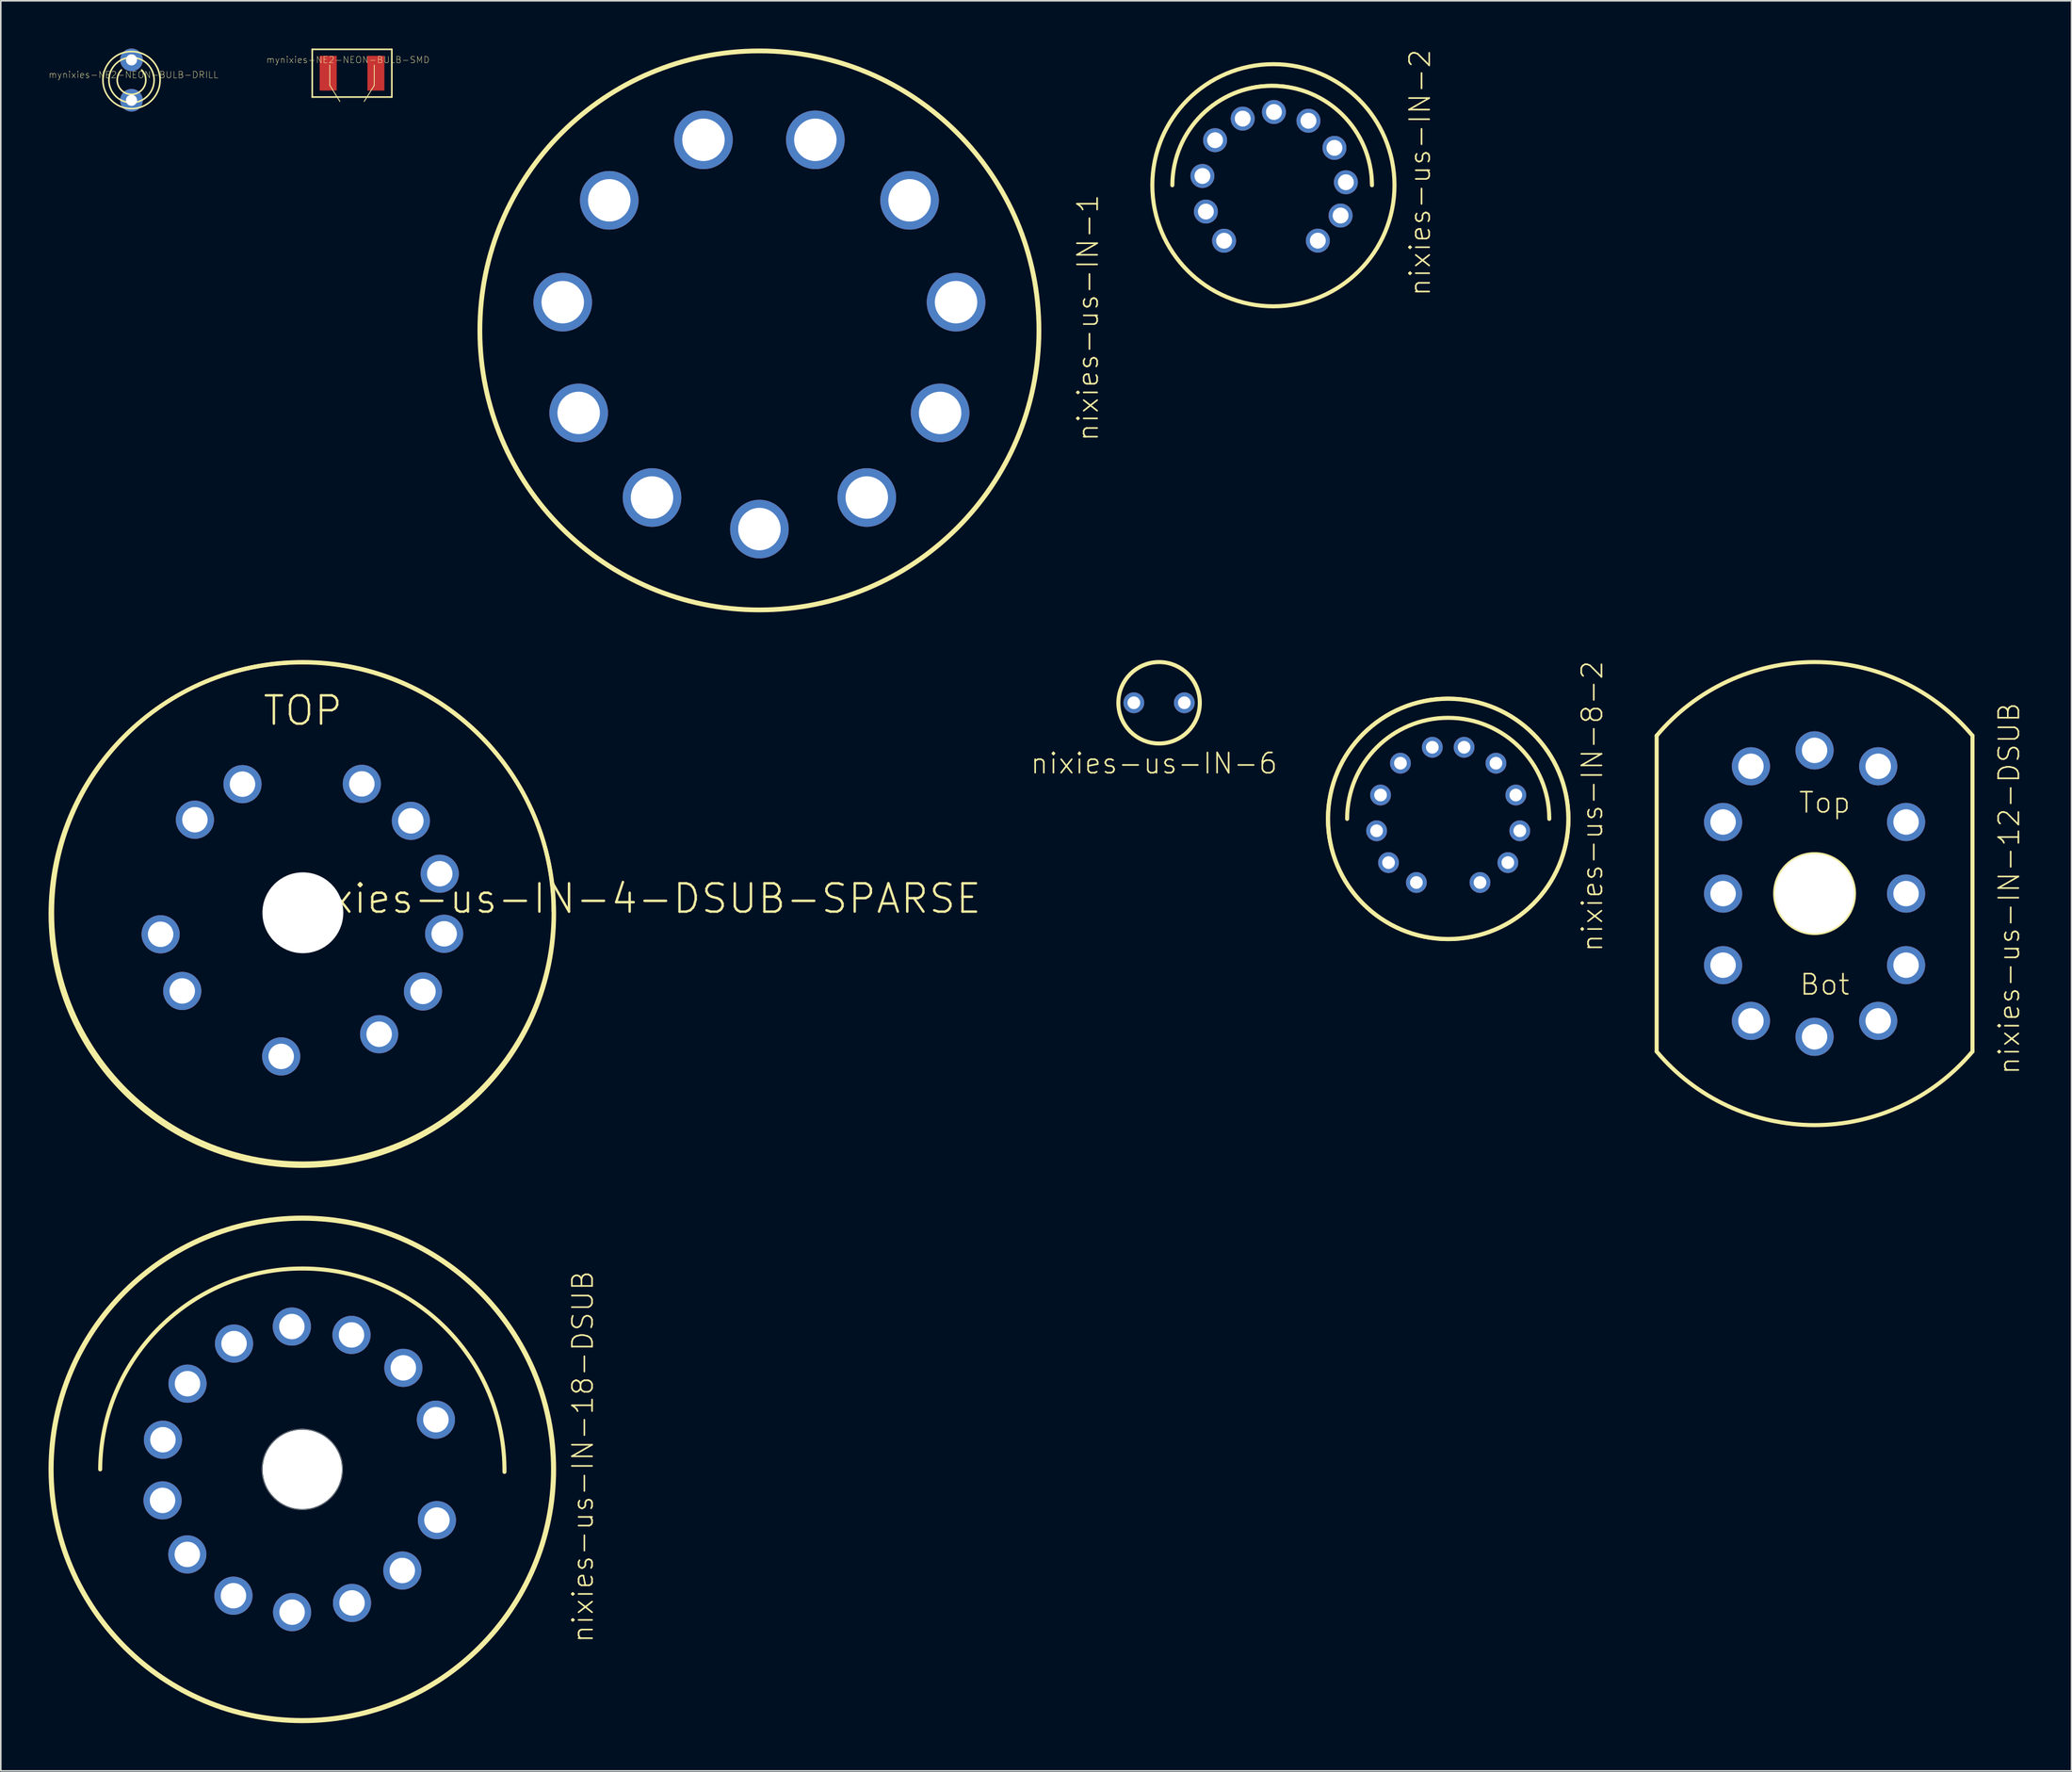
<source format=kicad_pcb>
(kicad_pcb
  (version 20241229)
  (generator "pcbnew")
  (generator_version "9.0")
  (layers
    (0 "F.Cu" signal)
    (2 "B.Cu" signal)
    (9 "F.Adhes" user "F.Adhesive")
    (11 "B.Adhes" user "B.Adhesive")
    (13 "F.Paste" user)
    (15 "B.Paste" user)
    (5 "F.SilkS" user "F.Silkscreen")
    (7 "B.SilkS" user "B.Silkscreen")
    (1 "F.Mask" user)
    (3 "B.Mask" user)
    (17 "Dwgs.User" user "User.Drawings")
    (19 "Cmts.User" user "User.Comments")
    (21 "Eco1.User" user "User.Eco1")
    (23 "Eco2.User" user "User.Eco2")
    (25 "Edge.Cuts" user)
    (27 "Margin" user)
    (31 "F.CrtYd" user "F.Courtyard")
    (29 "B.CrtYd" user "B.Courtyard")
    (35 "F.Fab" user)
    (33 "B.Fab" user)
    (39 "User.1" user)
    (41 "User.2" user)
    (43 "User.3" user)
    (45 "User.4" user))
  (footprint "nixies-us-IN-12-DSUB"
    (layer "F.Cu")
    (at 110.952 53.097)
    (property "Reference" "nixies-us-IN-12-DSUB" (at 12.222 -0.318 90) (layer "F.SilkS") (effects (font (size 1.27 1.27) (thickness 0.102))))
    (attr exclude_from_pos_files exclude_from_bom)
    (fp_line (start -9.921 9.921) (end -9.921 -9.921) (stroke (width 0.254) (type solid)) (layer "F.SilkS"))
    (fp_line (start 9.921 -9.921) (end 9.921 9.921) (stroke (width 0.254) (type solid)) (layer "F.SilkS"))
    (fp_arc (start -9.92124 -9.92124) (mid 0.000928 -14.547158) (end 9.922433 -9.919819) (stroke (width 0.254) (type solid)) (layer "F.SilkS"))
    (fp_arc (start 9.92124 9.92124) (mid -0.000928 14.547158) (end -9.922433 9.919819) (stroke (width 0.254) (type solid)) (layer "F.SilkS"))
    (fp_circle (center 0 0) (end 0 -2.54) (stroke (width 0.127) (type solid)) (fill no) (layer "F.SilkS"))
    (fp_text user "Top" (at 0.635 -5.715 0) (layer "F.SilkS") (effects (font (size 1.27 1.27) (thickness 0.102))))
    (fp_text user "Bot" (at 0.635 5.715 0) (layer "F.SilkS") (effects (font (size 1.27 1.27) (thickness 0.102))))
    (pad "" np_thru_hole circle (at 0 0) (size 4.999 4.999) (drill 4.999) (layers "*.Cu" "*.Mask"))
    (pad "0" thru_hole circle (at 5.748 4.498) (size 2.398 2.398) (drill 1.598) (layers "*.Cu" "*.Mask"))
    (pad "1" thru_hole circle (at -3.998 7.998) (size 2.398 2.398) (drill 1.598) (layers "*.Cu" "*.Mask"))
    (pad "2" thru_hole circle (at -5.748 4.498) (size 2.398 2.398) (drill 1.598) (layers "*.Cu" "*.Mask"))
    (pad "3" thru_hole circle (at -5.748 0) (size 2.398 2.398) (drill 1.598) (layers "*.Cu" "*.Mask"))
    (pad "4" thru_hole circle (at -5.748 -4.498) (size 2.398 2.398) (drill 1.598) (layers "*.Cu" "*.Mask"))
    (pad "5" thru_hole circle (at -3.998 -7.998) (size 2.398 2.398) (drill 1.598) (layers "*.Cu" "*.Mask"))
    (pad "6" thru_hole circle (at 0 -8.999) (size 2.398 2.398) (drill 1.598) (layers "*.Cu" "*.Mask"))
    (pad "7" thru_hole circle (at 3.998 -7.998) (size 2.398 2.398) (drill 1.598) (layers "*.Cu" "*.Mask"))
    (pad "8" thru_hole circle (at 5.748 -4.498) (size 2.398 2.398) (drill 1.598) (layers "*.Cu" "*.Mask"))
    (pad "9" thru_hole circle (at 5.748 0) (size 2.398 2.398) (drill 1.598) (layers "*.Cu" "*.Mask"))
    (pad "A" thru_hole circle (at 3.998 7.998) (size 2.398 2.398) (drill 1.598) (layers "*.Cu" "*.Mask"))
    (pad "LHDP" thru_hole circle (at 0 8.999) (size 2.398 2.398) (drill 1.598) (layers "*.Cu" "*.Mask")))
  (footprint "nixies-us-IN-2"
    (layer "F.Cu")
    (at 76.953 8.589)
    (property "Reference" "nixies-us-IN-2" (at 9.207 -0.792 90) (layer "F.SilkS") (effects (font (size 1.27 1.27) (thickness 0.102))))
    (attr exclude_from_pos_files exclude_from_bom)
    (fp_arc (start -6.35762 -0.08636) (mid -0.094355 -6.319533) (end 6.144282 -0.06171) (stroke (width 0.127) (type solid)) (layer "F.SilkS"))
    (fp_arc (start -6.35 0) (mid -0.07874 -6.27126) (end 6.19252 0) (stroke (width 0.254) (type solid)) (layer "F.SilkS"))
    (fp_circle (center 0 0) (end 0 -7.62) (stroke (width 0.127) (type solid)) (fill no) (layer "F.SilkS"))
    (fp_circle (center 0 0) (end 0 -7.607) (stroke (width 0.254) (type solid)) (fill no) (layer "F.SilkS"))
    (pad "0" thru_hole circle (at -4.242 1.654) (size 1.506 1.506) (drill 0.998) (layers "*.Cu" "*.Mask"))
    (pad "1" thru_hole circle (at 2.791 3.482) (size 1.506 1.506) (drill 0.998) (layers "*.Cu" "*.Mask"))
    (pad "2" thru_hole circle (at 4.221 1.905) (size 1.506 1.506) (drill 0.998) (layers "*.Cu" "*.Mask"))
    (pad "3" thru_hole circle (at 4.554 -0.188) (size 1.506 1.506) (drill 0.998) (layers "*.Cu" "*.Mask"))
    (pad "4" thru_hole circle (at 3.835 -2.347) (size 1.506 1.506) (drill 0.998) (layers "*.Cu" "*.Mask"))
    (pad "5" thru_hole circle (at 2.202 -4.051) (size 1.506 1.506) (drill 0.998) (layers "*.Cu" "*.Mask"))
    (pad "6" thru_hole circle (at 0.033 -4.602) (size 1.506 1.506) (drill 0.998) (layers "*.Cu" "*.Mask"))
    (pad "7" thru_hole circle (at -1.928 -4.186) (size 1.506 1.506) (drill 0.998) (layers "*.Cu" "*.Mask"))
    (pad "8" thru_hole circle (at -3.665 -2.83) (size 1.506 1.506) (drill 0.998) (layers "*.Cu" "*.Mask"))
    (pad "9" thru_hole circle (at -4.46 -0.582) (size 1.506 1.506) (drill 0.998) (layers "*.Cu" "*.Mask"))
    (pad "A" thru_hole circle (at -3.099 3.487) (size 1.506 1.506) (drill 0.998) (layers "*.Cu" "*.Mask")))
  (footprint "nixies-us-IN-4-DSUB-SPARSE"
    (layer "F.Cu")
    (at 15.977 54.303)
    (property "Reference" "nixies-us-IN-4-DSUB-SPARSE" (at 20.955 -0.889 0) (layer "F.SilkS") (effects (font (size 1.778 1.778) (thickness 0.152))))
    (attr exclude_from_pos_files exclude_from_bom)
    (fp_circle (center 0 0) (end 0 -2.54) (stroke (width 0.025) (type solid)) (fill no) (layer "F.Mask"))
    (fp_circle (center 0 0) (end 0 -1.27) (stroke (width 2.54) (type solid)) (fill no) (layer "F.Mask"))
    (fp_circle (center 0 0) (end 0 -1.27) (stroke (width 2.54) (type solid)) (fill no) (layer "B.Mask"))
    (fp_circle (center -0.033 0.086) (end -0.033 -15.73) (stroke (width 0.254) (type solid)) (fill no) (layer "F.SilkS"))
    (fp_circle (center 0 0) (end 0 -15.753) (stroke (width 0.254) (type solid)) (fill no) (layer "F.SilkS"))
    (fp_text user "TOP" (at 0 -12.7 0) (layer "F.SilkS") (effects (font (size 1.778 1.778) (thickness 0.152))))
    (pad "" np_thru_hole circle (at 0 0) (size 5.08 5.08) (drill 5.08) (layers "*.Cu" "*.Mask"))
    (pad "0" thru_hole circle (at -3.792 -8.082) (size 2.398 2.398) (drill 1.598) (layers "*.Cu" "*.Mask"))
    (pad "1" thru_hole circle (at -1.361 9.025) (size 2.398 2.398) (drill 1.598) (layers "*.Cu" "*.Mask"))
    (pad "2" thru_hole circle (at -6.782 -5.847) (size 2.398 2.398) (drill 1.598) (layers "*.Cu" "*.Mask"))
    (pad "3" thru_hole circle (at -8.936 1.351) (size 2.398 2.398) (drill 1.598) (layers "*.Cu" "*.Mask"))
    (pad "4" thru_hole circle (at 4.793 7.63) (size 2.398 2.398) (drill 1.598) (layers "*.Cu" "*.Mask"))
    (pad "5" thru_hole circle (at -7.577 4.912) (size 2.398 2.398) (drill 1.598) (layers "*.Cu" "*.Mask"))
    (pad "6" thru_hole circle (at 7.546 4.943) (size 2.398 2.398) (drill 1.598) (layers "*.Cu" "*.Mask"))
    (pad "7" thru_hole circle (at 3.706 -8.1) (size 2.398 2.398) (drill 1.598) (layers "*.Cu" "*.Mask"))
    (pad "8" thru_hole circle (at 8.877 1.321) (size 2.398 2.398) (drill 1.598) (layers "*.Cu" "*.Mask"))
    (pad "9" thru_hole circle (at 6.787 -5.776) (size 2.398 2.398) (drill 1.598) (layers "*.Cu" "*.Mask"))
    (pad "A3" thru_hole circle (at 8.6 -2.454) (size 2.398 2.398) (drill 1.598) (layers "*.Cu" "*.Mask")))
  (footprint "mynixies-NE2-NEON-BULB-SMD"
    (layer "F.Cu")
    (at 19.067 1.549)
    (property "Reference" "mynixies-NE2-NEON-BULB-SMD" (at -0.254 -0.838 0) (layer "F.SilkS") (effects (font (size 0.406 0.406) (thickness 0.025))))
    (attr smd)
    (fp_line (start -2.499 -1.499) (end 2.499 -1.499) (stroke (width 0.1) (type solid)) (layer "F.SilkS"))
    (fp_line (start -2.499 1.499) (end -2.499 -1.499) (stroke (width 0.1) (type solid)) (layer "F.SilkS"))
    (fp_line (start -1.397 -0.508) (end -1.397 0.762) (stroke (width 0.051) (type solid)) (layer "F.SilkS"))
    (fp_line (start -1.397 0.762) (end -0.762 1.778) (stroke (width 0.051) (type solid)) (layer "F.SilkS"))
    (fp_line (start 1.397 -0.508) (end 1.397 0.762) (stroke (width 0.051) (type solid)) (layer "F.SilkS"))
    (fp_line (start 1.397 0.762) (end 0.762 1.778) (stroke (width 0.051) (type solid)) (layer "F.SilkS"))
    (fp_line (start 2.499 -1.499) (end 2.499 1.499) (stroke (width 0.1) (type solid)) (layer "F.SilkS"))
    (fp_line (start 2.499 1.499) (end -2.499 1.499) (stroke (width 0.1) (type solid)) (layer "F.SilkS"))
    (pad "1" smd rect (at -1.499 0 90) (size 2.182 1.067) (layers "F.Cu" "F.Mask" "F.Paste"))
    (pad "2" smd rect (at 1.499 0 90) (size 2.182 1.067) (layers "F.Cu" "F.Mask" "F.Paste")))
  (footprint "mynixies-NE2-NEON-BULB-DRILL"
    (layer "F.Cu")
    (at 5.212 1.981)
    (property "Reference" "mynixies-NE2-NEON-BULB-DRILL" (at 0.127 -0.33 0) (layer "F.SilkS") (effects (font (size 0.406 0.406) (thickness 0.025))))
    (attr exclude_from_pos_files exclude_from_bom)
    (fp_arc (start 0.635 -0.635) (mid 0 0.898026) (end -0.635 -0.635) (stroke (width 0.1) (type solid)) (layer "F.SilkS"))
    (fp_circle (center 0 0) (end 0 -1.796) (stroke (width 0.1) (type solid)) (fill no) (layer "F.SilkS"))
    (fp_circle (center 0 0) (end 0 -1.42) (stroke (width 0.1) (type solid)) (fill no) (layer "F.SilkS"))
    (pad "1" thru_hole circle (at 0 -1.27) (size 1.422 1.422) (drill 0.699) (layers "*.Cu" "*.Mask"))
    (pad "2" thru_hole circle (at 0 1.27) (size 1.422 1.422) (drill 0.699) (layers "*.Cu" "*.Mask")))
  (footprint "nixies-us-IN-1"
    (layer "F.Cu")
    (at 44.66 17.711)
    (property "Reference" "nixies-us-IN-1" (at 20.637 -0.792 90) (layer "F.SilkS") (effects (font (size 1.27 1.27) (thickness 0.102))))
    (attr exclude_from_pos_files exclude_from_bom)
    (fp_circle (center 0 0) (end 0 -17.562) (stroke (width 0.3) (type solid)) (fill no) (layer "F.SilkS"))
    (pad "0" thru_hole circle (at 0 12.482) (size 3.683 3.683) (drill 2.667) (layers "*.Cu" "*.Mask"))
    (pad "1" thru_hole circle (at -11.354 5.184) (size 3.683 3.683) (drill 2.667) (layers "*.Cu" "*.Mask"))
    (pad "2" thru_hole circle (at -12.355 -1.775) (size 3.683 3.683) (drill 2.667) (layers "*.Cu" "*.Mask"))
    (pad "3" thru_hole circle (at -9.434 -8.174) (size 3.683 3.683) (drill 2.667) (layers "*.Cu" "*.Mask"))
    (pad "4" thru_hole circle (at -3.515 -11.976) (size 3.683 3.683) (drill 2.667) (layers "*.Cu" "*.Mask"))
    (pad "5" thru_hole circle (at 3.515 -11.976) (size 3.683 3.683) (drill 2.667) (layers "*.Cu" "*.Mask"))
    (pad "6" thru_hole circle (at 9.434 -8.174) (size 3.683 3.683) (drill 2.667) (layers "*.Cu" "*.Mask"))
    (pad "7" thru_hole circle (at 12.355 -1.775) (size 3.683 3.683) (drill 2.667) (layers "*.Cu" "*.Mask"))
    (pad "8" thru_hole circle (at 11.354 5.184) (size 3.683 3.683) (drill 2.667) (layers "*.Cu" "*.Mask"))
    (pad "9" thru_hole circle (at 6.746 10.5) (size 3.683 3.683) (drill 2.667) (layers "*.Cu" "*.Mask"))
    (pad "A" thru_hole circle (at -6.746 10.5) (size 3.683 3.683) (drill 2.667) (layers "*.Cu" "*.Mask")))
  (footprint "nixies-us-IN-6"
    (layer "F.Cu")
    (at 69.771 41.108)
    (property "Reference" "nixies-us-IN-6" (at -0.318 3.81 180) (layer "F.SilkS") (effects (font (size 1.27 1.27) (thickness 0.102))))
    (attr exclude_from_pos_files exclude_from_bom)
    (fp_circle (center 0 0) (end 0 -2.558) (stroke (width 0.254) (type solid)) (fill no) (layer "F.SilkS"))
    (pad "A" thru_hole circle (at -1.587 0) (size 1.306 1.306) (drill 0.798) (layers "*.Cu" "*.Mask"))
    (pad "K" thru_hole circle (at 1.585 0) (size 1.306 1.306) (drill 0.798) (layers "*.Cu" "*.Mask")))
  (footprint "nixies-us-IN-8-2"
    (layer "F.Cu")
    (at 87.934 48.403)
    (property "Reference" "nixies-us-IN-8-2" (at 9.047 -0.792 90) (layer "F.SilkS") (effects (font (size 1.27 1.27) (thickness 0.102))))
    (attr exclude_from_pos_files exclude_from_bom)
    (fp_arc (start -6.35 0) (mid 0 -6.35) (end 6.35 0) (stroke (width 0.127) (type solid)) (layer "F.SilkS"))
    (fp_arc (start -6.35 0) (mid 0 -6.35) (end 6.35 0) (stroke (width 0.254) (type solid)) (layer "F.SilkS"))
    (fp_circle (center 0 0) (end 0 -7.62) (stroke (width 0.127) (type solid)) (fill no) (layer "F.SilkS"))
    (fp_circle (center 0 0) (end 0 -7.546) (stroke (width 0.254) (type solid)) (fill no) (layer "F.SilkS"))
    (pad "." thru_hole circle (at -3 -3.498) (size 1.306 1.306) (drill 0.798) (layers "*.Cu" "*.Mask"))
    (pad "0" thru_hole circle (at -3.749 2.748) (size 1.306 1.306) (drill 0.798) (layers "*.Cu" "*.Mask"))
    (pad "1" thru_hole circle (at 1.999 3.998) (size 1.306 1.306) (drill 0.798) (layers "*.Cu" "*.Mask"))
    (pad "2" thru_hole circle (at 3.749 2.748) (size 1.306 1.306) (drill 0.798) (layers "*.Cu" "*.Mask"))
    (pad "3" thru_hole circle (at 4.498 0.749) (size 1.306 1.306) (drill 0.798) (layers "*.Cu" "*.Mask"))
    (pad "4" thru_hole circle (at 4.249 -1.499) (size 1.306 1.306) (drill 0.798) (layers "*.Cu" "*.Mask"))
    (pad "5" thru_hole circle (at 3 -3.498) (size 1.306 1.306) (drill 0.798) (layers "*.Cu" "*.Mask"))
    (pad "6" thru_hole circle (at 0.998 -4.498) (size 1.306 1.306) (drill 0.798) (layers "*.Cu" "*.Mask"))
    (pad "7" thru_hole circle (at -0.998 -4.498) (size 1.306 1.306) (drill 0.798) (layers "*.Cu" "*.Mask"))
    (pad "8" thru_hole circle (at -4.249 -1.499) (size 1.306 1.306) (drill 0.798) (layers "*.Cu" "*.Mask"))
    (pad "9" thru_hole circle (at -4.498 0.749) (size 1.306 1.306) (drill 0.798) (layers "*.Cu" "*.Mask"))
    (pad "A" thru_hole circle (at -1.999 3.998) (size 1.306 1.306) (drill 0.798) (layers "*.Cu" "*.Mask")))
  (footprint "nixies-us-IN-18-DSUB"
    (layer "F.Cu")
    (at 15.944 89.276)
    (property "Reference" "nixies-us-IN-18-DSUB" (at 17.62 -0.792 90) (layer "F.SilkS") (effects (font (size 1.27 1.27) (thickness 0.102))))
    (attr exclude_from_pos_files exclude_from_bom)
    (fp_circle (center 0 0) (end 0 -2.54) (stroke (width 0.025) (type solid)) (fill no) (layer "F.Mask"))
    (fp_circle (center 0 0) (end 0 -1.27) (stroke (width 2.54) (type solid)) (fill no) (layer "F.Mask"))
    (fp_circle (center 0 0) (end 0 -1.27) (stroke (width 2.54) (type solid)) (fill no) (layer "B.Mask"))
    (fp_arc (start -12.7 0) (mid 0.07874 -12.62126) (end 12.7 0.15748) (stroke (width 0.254) (type solid)) (layer "F.SilkS"))
    (fp_circle (center 0 0) (end 0 -15.817) (stroke (width 0.254) (type solid)) (fill no) (layer "F.SilkS"))
    (fp_circle (center 0 0) (end 0 -15.753) (stroke (width 0.254) (type solid)) (fill no) (layer "F.SilkS"))
    (fp_circle (center 0 0) (end 0 -2.54) (stroke (width 0.025) (type solid)) (fill no) (layer "Dwgs.User"))
    (pad "" np_thru_hole circle (at 0 0) (size 4.999 4.999) (drill 4.999) (layers "*.Cu" "*.Mask"))
    (pad "0" thru_hole circle (at 6.281 6.355) (size 2.398 2.398) (drill 1.598) (layers "*.Cu" "*.Mask"))
    (pad "1" thru_hole circle (at -0.643 8.971) (size 2.398 2.398) (drill 1.598) (layers "*.Cu" "*.Mask"))
    (pad "2" thru_hole circle (at -4.328 7.938) (size 2.398 2.398) (drill 1.598) (layers "*.Cu" "*.Mask"))
    (pad "3" thru_hole circle (at -8.758 -1.862) (size 2.398 2.398) (drill 1.598) (layers "*.Cu" "*.Mask"))
    (pad "4" thru_hole circle (at 6.347 -6.38) (size 2.398 2.398) (drill 1.598) (layers "*.Cu" "*.Mask"))
    (pad "5" thru_hole circle (at 3.089 -8.448) (size 2.398 2.398) (drill 1.598) (layers "*.Cu" "*.Mask"))
    (pad "6" thru_hole circle (at -4.29 -7.904) (size 2.398 2.398) (drill 1.598) (layers "*.Cu" "*.Mask"))
    (pad "7" thru_hole circle (at -7.214 -5.385) (size 2.398 2.398) (drill 1.598) (layers "*.Cu" "*.Mask"))
    (pad "8" thru_hole circle (at -7.226 5.342) (size 2.398 2.398) (drill 1.598) (layers "*.Cu" "*.Mask"))
    (pad "9" thru_hole circle (at 8.456 3.188) (size 2.398 2.398) (drill 1.598) (layers "*.Cu" "*.Mask"))
    (pad "A" thru_hole circle (at -0.658 -8.974) (size 2.398 2.398) (drill 1.598) (layers "*.Cu" "*.Mask"))
    (pad "A" thru_hole circle (at 3.122 8.392) (size 2.398 2.398) (drill 1.598) (layers "*.Cu" "*.Mask"))
    (pad "N/C" thru_hole circle (at -8.781 1.948) (size 2.398 2.398) (drill 1.598) (layers "*.Cu" "*.Mask"))
    (pad "N/C" thru_hole circle (at 8.392 -3.122) (size 2.398 2.398) (drill 1.598) (layers "*.Cu" "*.Mask")))
  (gr_rect
    (start -3 -3)
    (end 127.096 108.22)
    (stroke (width 0.1) (type default))
    (fill no)
    (layer "Edge.Cuts")))
</source>
